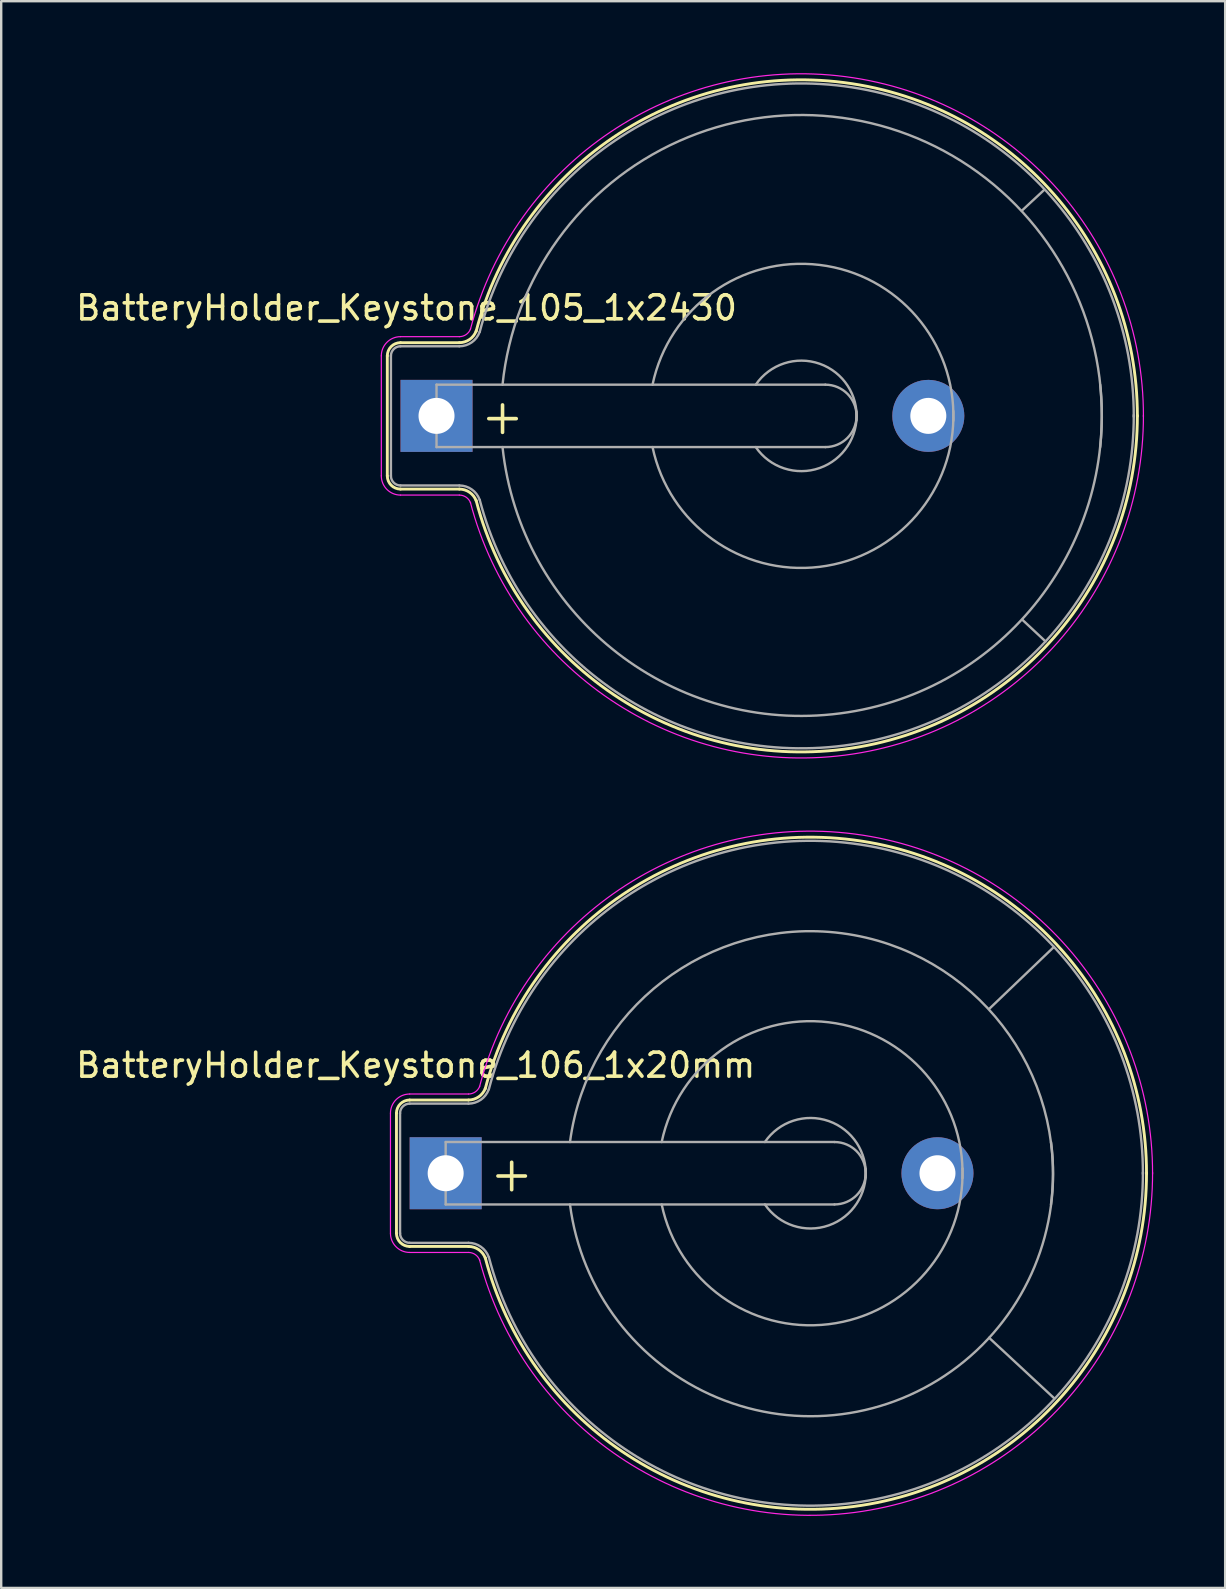
<source format=kicad_pcb>
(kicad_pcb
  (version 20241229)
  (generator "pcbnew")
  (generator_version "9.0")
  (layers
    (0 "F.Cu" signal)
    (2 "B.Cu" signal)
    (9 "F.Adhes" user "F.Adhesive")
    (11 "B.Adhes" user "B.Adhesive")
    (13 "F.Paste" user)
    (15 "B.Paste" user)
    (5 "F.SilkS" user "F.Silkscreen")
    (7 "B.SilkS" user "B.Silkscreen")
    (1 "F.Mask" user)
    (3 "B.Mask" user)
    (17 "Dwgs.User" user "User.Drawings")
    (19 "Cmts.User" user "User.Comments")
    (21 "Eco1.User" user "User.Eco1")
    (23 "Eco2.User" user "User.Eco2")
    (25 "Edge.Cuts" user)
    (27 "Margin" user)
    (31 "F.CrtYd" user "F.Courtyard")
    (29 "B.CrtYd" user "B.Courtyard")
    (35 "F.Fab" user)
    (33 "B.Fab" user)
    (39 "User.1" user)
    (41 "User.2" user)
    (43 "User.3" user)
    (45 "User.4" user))
  (footprint "BatteryHolder_Keystone_105_1x2430"
    (layer "F.Cu")
    (at 15.137 14.277)
    (property "Reference" "BatteryHolder_Keystone_105_1x2430" (at -1.25 -4.5 0) (layer "F.SilkS") (effects (font (size 1 1) (thickness 0.15))))
    (attr through_hole)
    (fp_line (start -2.05 -2.5) (end -2.05 2.5) (stroke (width 0.12) (type solid)) (layer "F.SilkS"))
    (fp_line (start -1.5 3.05) (end 0.95 3.05) (stroke (width 0.12) (type solid)) (layer "F.SilkS"))
    (fp_line (start 0.95 -3.05) (end -1.5 -3.05) (stroke (width 0.12) (type solid)) (layer "F.SilkS"))
    (fp_arc (start -2.05 -2.5) (mid -1.888909 -2.888909) (end -1.5 -3.05) (stroke (width 0.12) (type solid)) (layer "F.SilkS"))
    (fp_arc (start -1.5 3.05) (mid -1.888909 2.888909) (end -2.05 2.5) (stroke (width 0.12) (type solid)) (layer "F.SilkS"))
    (fp_arc (start 0.95 3.05) (mid 1.380182 3.185636) (end 1.654769 3.543485) (stroke (width 0.12) (type solid)) (layer "F.SilkS"))
    (fp_arc (start 1.65 -3.52) (mid 16.981862 -13.885887) (end 29.199738 0.015231) (stroke (width 0.12) (type solid)) (layer "F.SilkS"))
    (fp_arc (start 1.654769 -3.543485) (mid 1.380182 -3.185636) (end 0.95 -3.05) (stroke (width 0.12) (type solid)) (layer "F.SilkS"))
    (fp_arc (start 29.199738 -0.015231) (mid 16.981862 13.885887) (end 1.65 3.52) (stroke (width 0.12) (type solid)) (layer "F.SilkS"))
    (fp_line (start -2.3 -2.5) (end -2.3 2.5) (stroke (width 0.05) (type solid)) (layer "F.CrtYd"))
    (fp_line (start -1.5 3.3) (end 0.95 3.3) (stroke (width 0.05) (type solid)) (layer "F.CrtYd"))
    (fp_line (start 0.95 -3.3) (end -1.5 -3.3) (stroke (width 0.05) (type solid)) (layer "F.CrtYd"))
    (fp_arc (start -2.3 -2.5) (mid -2.065685 -3.065685) (end -1.5 -3.3) (stroke (width 0.05) (type solid)) (layer "F.CrtYd"))
    (fp_arc (start -1.5 3.3) (mid -2.065685 3.065685) (end -2.3 2.5) (stroke (width 0.05) (type solid)) (layer "F.CrtYd"))
    (fp_arc (start 0.95 3.3) (mid 1.236788 3.390424) (end 1.419846 3.62899) (stroke (width 0.05) (type solid)) (layer "F.CrtYd"))
    (fp_arc (start 1.41 -3.6) (mid 17.030934 -14.134065) (end 29.452124 0.032591) (stroke (width 0.05) (type solid)) (layer "F.CrtYd"))
    (fp_arc (start 1.419846 -3.62899) (mid 1.236788 -3.390424) (end 0.95 -3.3) (stroke (width 0.05) (type solid)) (layer "F.CrtYd"))
    (fp_arc (start 29.452124 -0.032591) (mid 17.030934 14.134065) (end 1.41 3.6) (stroke (width 0.05) (type solid)) (layer "F.CrtYd"))
    (fp_line (start -1.9 -2.5) (end -1.9 2.5) (stroke (width 0.1) (type solid)) (layer "F.Fab"))
    (fp_line (start -1.5 2.9) (end 0.95 2.9) (stroke (width 0.1) (type solid)) (layer "F.Fab"))
    (fp_line (start 0 -1.3) (end 0 1.3) (stroke (width 0.1) (type solid)) (layer "F.Fab"))
    (fp_line (start 0 1.3) (end 16.2 1.3) (stroke (width 0.1) (type solid)) (layer "F.Fab"))
    (fp_line (start 0.95 -2.9) (end -1.5 -2.9) (stroke (width 0.1) (type solid)) (layer "F.Fab"))
    (fp_line (start 16.2 -1.3) (end 0 -1.3) (stroke (width 0.1) (type solid)) (layer "F.Fab"))
    (fp_line (start 24.384 -8.547) (end 25.299 -9.399) (stroke (width 0.1) (type solid)) (layer "F.Fab"))
    (fp_line (start 24.409 8.496) (end 25.375 9.398) (stroke (width 0.1) (type solid)) (layer "F.Fab"))
    (fp_arc (start -1.9 -2.5) (mid -1.782843 -2.782843) (end -1.5 -2.9) (stroke (width 0.1) (type solid)) (layer "F.Fab"))
    (fp_arc (start -1.5 2.9) (mid -1.782843 2.782843) (end -1.9 2.5) (stroke (width 0.1) (type solid)) (layer "F.Fab"))
    (fp_arc (start 0.95 2.9) (mid 1.466219 3.062763) (end 1.795723 3.492182) (stroke (width 0.1) (type solid)) (layer "F.Fab"))
    (fp_arc (start 1.795723 -3.492182) (mid 1.466219 -3.062763) (end 0.95 -2.9) (stroke (width 0.1) (type solid)) (layer "F.Fab"))
    (fp_arc (start 1.8 -3.5) (mid 16.980951 -13.734563) (end 29.049508 0.033425) (stroke (width 0.1) (type solid)) (layer "F.Fab"))
    (fp_arc (start 2.75 -1.3) (mid 16.5 -12.45) (end 27.65 1.3) (stroke (width 0.1) (type solid)) (layer "F.Fab"))
    (fp_arc (start 9 -1.3) (mid 15.954687 -6.28971) (end 21.531551 0.203631) (stroke (width 0.1) (type solid)) (layer "F.Fab"))
    (fp_arc (start 13.3 -1.3) (mid 15.963947 -2.171724) (end 17.495448 0.175833) (stroke (width 0.1) (type solid)) (layer "F.Fab"))
    (fp_arc (start 16.2 -1.3) (mid 17.5 0) (end 16.2 1.3) (stroke (width 0.1) (type solid)) (layer "F.Fab"))
    (fp_arc (start 17.495448 -0.175833) (mid 15.963947 2.171724) (end 13.3 1.3) (stroke (width 0.1) (type solid)) (layer "F.Fab"))
    (fp_arc (start 21.531551 -0.203631) (mid 15.954687 6.28971) (end 9 1.3) (stroke (width 0.1) (type solid)) (layer "F.Fab"))
    (fp_arc (start 27.65 -1.3) (mid 16.5 12.45) (end 2.75 1.3) (stroke (width 0.1) (type solid)) (layer "F.Fab"))
    (fp_arc (start 29.049508 -0.033425) (mid 16.980951 13.734562) (end 1.8 3.5) (stroke (width 0.1) (type solid)) (layer "F.Fab"))
    (fp_text user "+" (at 2.75 0 0) (layer "F.SilkS") (effects (font (size 1.5 1.5) (thickness 0.15))))
    (pad "1" thru_hole rect (at 0 0) (size 3 3) (drill 1.5) (layers "*.Cu" "*.Mask"))
    (pad "2" thru_hole circle (at 20.49 0) (size 3 3) (drill 1.5) (layers "*.Cu" "*.Mask")))
  (footprint "BatteryHolder_Keystone_106_1x20mm"
    (layer "F.Cu")
    (at 15.518 45.831)
    (property "Reference" "BatteryHolder_Keystone_106_1x20mm" (at -1.25 -4.5 0) (layer "F.SilkS") (effects (font (size 1 1) (thickness 0.15))))
    (attr through_hole)
    (fp_line (start -2.05 -2.5) (end -2.05 2.5) (stroke (width 0.12) (type solid)) (layer "F.SilkS"))
    (fp_line (start -1.5 3.05) (end 0.95 3.05) (stroke (width 0.12) (type solid)) (layer "F.SilkS"))
    (fp_line (start 0.95 -3.05) (end -1.5 -3.05) (stroke (width 0.12) (type solid)) (layer "F.SilkS"))
    (fp_arc (start -2.05 -2.5) (mid -1.888909 -2.888909) (end -1.5 -3.05) (stroke (width 0.12) (type solid)) (layer "F.SilkS"))
    (fp_arc (start -1.5 3.05) (mid -1.888909 2.888909) (end -2.05 2.5) (stroke (width 0.12) (type solid)) (layer "F.SilkS"))
    (fp_arc (start 0.95 3.05) (mid 1.380182 3.185636) (end 1.654769 3.543485) (stroke (width 0.12) (type solid)) (layer "F.SilkS"))
    (fp_arc (start 1.65 -3.52) (mid 16.981862 -13.885887) (end 29.199738 0.015231) (stroke (width 0.12) (type solid)) (layer "F.SilkS"))
    (fp_arc (start 1.654769 -3.543485) (mid 1.380182 -3.185636) (end 0.95 -3.05) (stroke (width 0.12) (type solid)) (layer "F.SilkS"))
    (fp_arc (start 29.199738 -0.015231) (mid 16.981862 13.885887) (end 1.65 3.52) (stroke (width 0.12) (type solid)) (layer "F.SilkS"))
    (fp_line (start -2.3 -2.5) (end -2.3 2.5) (stroke (width 0.05) (type solid)) (layer "F.CrtYd"))
    (fp_line (start -1.5 3.3) (end 0.95 3.3) (stroke (width 0.05) (type solid)) (layer "F.CrtYd"))
    (fp_line (start 0.95 -3.3) (end -1.5 -3.3) (stroke (width 0.05) (type solid)) (layer "F.CrtYd"))
    (fp_arc (start -2.3 -2.5) (mid -2.065685 -3.065685) (end -1.5 -3.3) (stroke (width 0.05) (type solid)) (layer "F.CrtYd"))
    (fp_arc (start -1.5 3.3) (mid -2.065685 3.065685) (end -2.3 2.5) (stroke (width 0.05) (type solid)) (layer "F.CrtYd"))
    (fp_arc (start 0.95 3.3) (mid 1.236788 3.390424) (end 1.419846 3.62899) (stroke (width 0.05) (type solid)) (layer "F.CrtYd"))
    (fp_arc (start 1.41 -3.6) (mid 17.030934 -14.134065) (end 29.452124 0.032591) (stroke (width 0.05) (type solid)) (layer "F.CrtYd"))
    (fp_arc (start 1.419846 -3.62899) (mid 1.236788 -3.390424) (end 0.95 -3.3) (stroke (width 0.05) (type solid)) (layer "F.CrtYd"))
    (fp_arc (start 29.452124 -0.032591) (mid 17.030934 14.134065) (end 1.41 3.6) (stroke (width 0.05) (type solid)) (layer "F.CrtYd"))
    (fp_line (start -1.9 -2.5) (end -1.9 2.5) (stroke (width 0.1) (type solid)) (layer "F.Fab"))
    (fp_line (start -1.5 2.9) (end 0.95 2.9) (stroke (width 0.1) (type solid)) (layer "F.Fab"))
    (fp_line (start 0 -1.3) (end 0 1.3) (stroke (width 0.1) (type solid)) (layer "F.Fab"))
    (fp_line (start 0 1.3) (end 16.2 1.3) (stroke (width 0.1) (type solid)) (layer "F.Fab"))
    (fp_line (start 0.95 -2.9) (end -1.5 -2.9) (stroke (width 0.1) (type solid)) (layer "F.Fab"))
    (fp_line (start 16.2 -1.3) (end 0 -1.3) (stroke (width 0.1) (type solid)) (layer "F.Fab"))
    (fp_line (start 22.644 6.858) (end 25.35 9.373) (stroke (width 0.1) (type solid)) (layer "F.Fab"))
    (fp_line (start 22.657 -6.858) (end 25.342 -9.429) (stroke (width 0.1) (type solid)) (layer "F.Fab"))
    (fp_arc (start -1.9 -2.5) (mid -1.782843 -2.782843) (end -1.5 -2.9) (stroke (width 0.1) (type solid)) (layer "F.Fab"))
    (fp_arc (start -1.5 2.9) (mid -1.782843 2.782843) (end -1.9 2.5) (stroke (width 0.1) (type solid)) (layer "F.Fab"))
    (fp_arc (start 0.95 2.9) (mid 1.466219 3.062763) (end 1.795723 3.492182) (stroke (width 0.1) (type solid)) (layer "F.Fab"))
    (fp_arc (start 1.795723 -3.492182) (mid 1.466219 -3.062763) (end 0.95 -2.9) (stroke (width 0.1) (type solid)) (layer "F.Fab"))
    (fp_arc (start 1.8 -3.5) (mid 16.980951 -13.734563) (end 29.049508 0.033425) (stroke (width 0.1) (type solid)) (layer "F.Fab"))
    (fp_arc (start 5.18 -1.3) (mid 16.5 -10.02) (end 25.22 1.3) (stroke (width 0.1) (type solid)) (layer "F.Fab"))
    (fp_arc (start 9 -1.3) (mid 15.954687 -6.28971) (end 21.531551 0.203631) (stroke (width 0.1) (type solid)) (layer "F.Fab"))
    (fp_arc (start 13.3 -1.3) (mid 15.963947 -2.171724) (end 17.495448 0.175833) (stroke (width 0.1) (type solid)) (layer "F.Fab"))
    (fp_arc (start 16.2 -1.3) (mid 17.5 0) (end 16.2 1.3) (stroke (width 0.1) (type solid)) (layer "F.Fab"))
    (fp_arc (start 17.495448 -0.175833) (mid 15.963947 2.171724) (end 13.3 1.3) (stroke (width 0.1) (type solid)) (layer "F.Fab"))
    (fp_arc (start 21.531551 -0.203631) (mid 15.954687 6.28971) (end 9 1.3) (stroke (width 0.1) (type solid)) (layer "F.Fab"))
    (fp_arc (start 25.22 -1.3) (mid 16.5 10.02) (end 5.18 1.3) (stroke (width 0.1) (type solid)) (layer "F.Fab"))
    (fp_arc (start 29.049508 -0.033425) (mid 16.980951 13.734562) (end 1.8 3.5) (stroke (width 0.1) (type solid)) (layer "F.Fab"))
    (fp_text user "+" (at 2.75 0 0) (layer "F.SilkS") (effects (font (size 1.5 1.5) (thickness 0.15))))
    (pad "1" thru_hole rect (at 0 0) (size 3 3) (drill 1.5) (layers "*.Cu" "*.Mask"))
    (pad "2" thru_hole circle (at 20.49 0) (size 3 3) (drill 1.5) (layers "*.Cu" "*.Mask")))
  (gr_rect
    (start -3 -3)
    (end 47.995 63.109)
    (stroke (width 0.1) (type default))
    (fill no)
    (layer "Edge.Cuts")))
</source>
